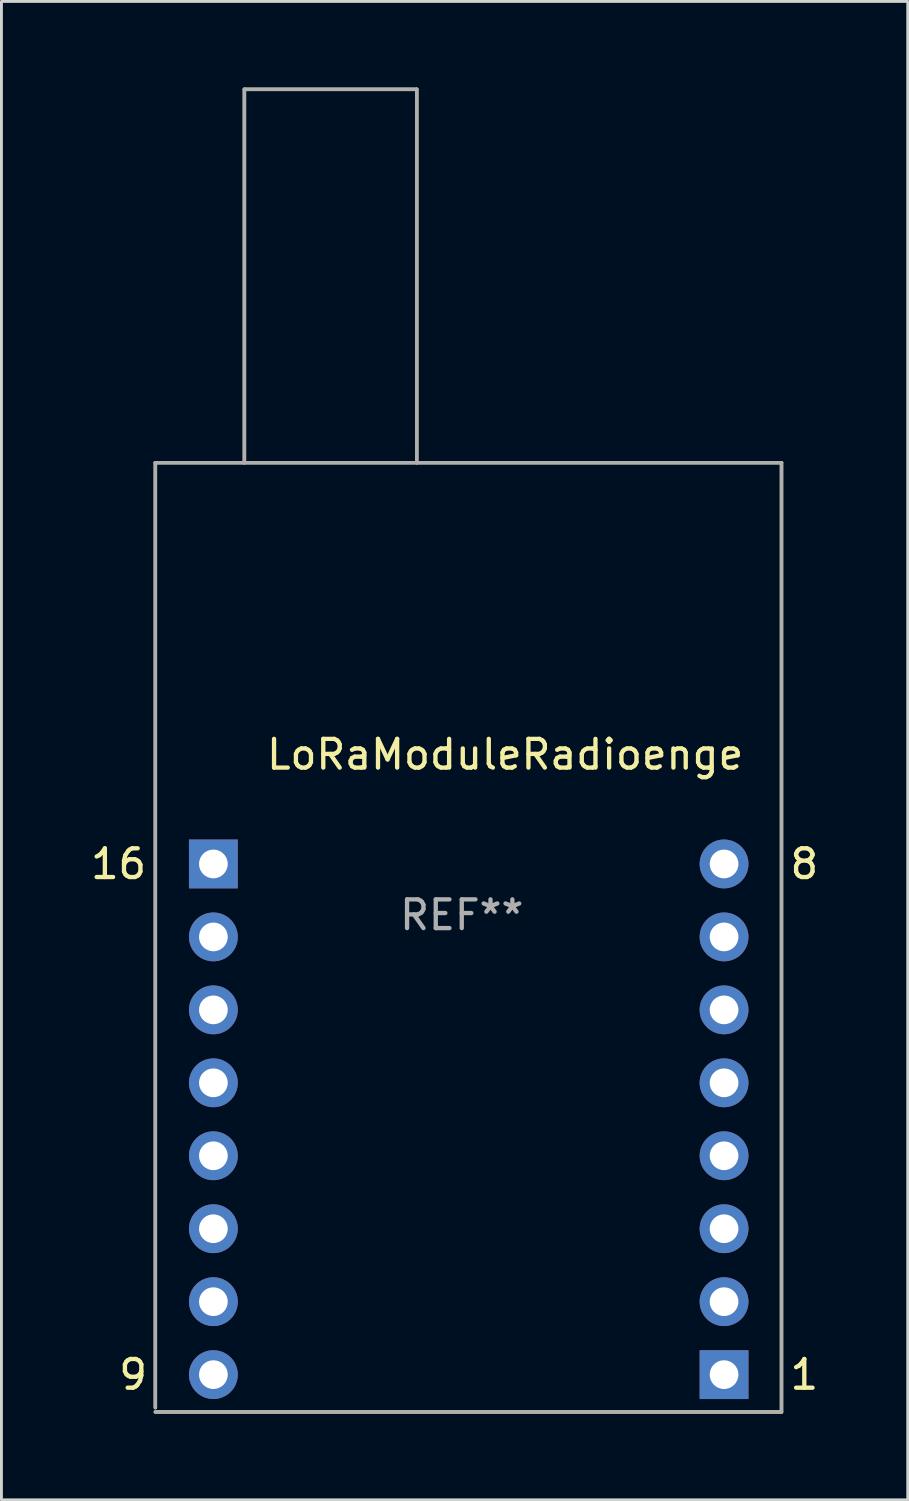
<source format=kicad_pcb>
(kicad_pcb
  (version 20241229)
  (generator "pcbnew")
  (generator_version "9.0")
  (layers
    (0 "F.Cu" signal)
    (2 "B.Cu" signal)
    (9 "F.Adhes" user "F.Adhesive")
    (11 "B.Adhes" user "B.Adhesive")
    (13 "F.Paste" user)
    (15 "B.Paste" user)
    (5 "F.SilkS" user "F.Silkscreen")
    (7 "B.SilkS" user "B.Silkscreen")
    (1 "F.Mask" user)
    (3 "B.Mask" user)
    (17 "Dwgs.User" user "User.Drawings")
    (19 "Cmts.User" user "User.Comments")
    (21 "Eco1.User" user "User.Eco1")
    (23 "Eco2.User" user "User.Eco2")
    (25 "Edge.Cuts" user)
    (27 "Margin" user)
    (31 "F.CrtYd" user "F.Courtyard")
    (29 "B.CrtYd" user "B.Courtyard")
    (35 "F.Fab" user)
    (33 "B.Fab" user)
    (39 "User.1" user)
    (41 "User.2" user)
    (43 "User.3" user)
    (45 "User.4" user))
  (footprint "LoRaModuleRadioenge"
    (layer "F.Cu")
    (at 22.159 44.81)
    (property "Reference" "LoRaModuleRadioenge" (at -7.62 -21.59 0) (layer "F.SilkS") (effects (font (size 1 1) (thickness 0.15))))
    (attr through_hole)
    (fp_line (start -19.8 -31.75) (end 2 -31.75) (stroke (width 0.12) (type solid)) (layer "F.SilkS"))
    (fp_line (start -19.8 1.15) (end -19.8 -31.75) (stroke (width 0.12) (type solid)) (layer "F.SilkS"))
    (fp_line (start -16.7 -44.75) (end -10.7 -44.75) (stroke (width 0.12) (type solid)) (layer "F.SilkS"))
    (fp_line (start -16.7 -31.75) (end -16.7 -44.75) (stroke (width 0.12) (type solid)) (layer "F.SilkS"))
    (fp_line (start -10.7 -31.75) (end -10.7 -44.75) (stroke (width 0.12) (type solid)) (layer "F.SilkS"))
    (fp_line (start 2 -31.75) (end 2 1.3) (stroke (width 0.12) (type solid)) (layer "F.SilkS"))
    (fp_line (start 2 1.3) (end -19.8 1.3) (stroke (width 0.12) (type solid)) (layer "F.SilkS"))
    (fp_line (start -19.8 -31.75) (end 2 -31.75) (stroke (width 0.12) (type solid)) (layer "F.Fab"))
    (fp_line (start -19.8 1.15) (end -19.8 -31.75) (stroke (width 0.12) (type solid)) (layer "F.Fab"))
    (fp_line (start -16.7 -44.75) (end -10.7 -44.75) (stroke (width 0.12) (type solid)) (layer "F.Fab"))
    (fp_line (start -16.7 -31.75) (end -16.7 -44.75) (stroke (width 0.12) (type solid)) (layer "F.Fab"))
    (fp_line (start -10.7 -31.75) (end -10.7 -44.75) (stroke (width 0.12) (type solid)) (layer "F.Fab"))
    (fp_line (start 2 -31.75) (end 2 1.3) (stroke (width 0.12) (type solid)) (layer "F.Fab"))
    (fp_line (start 2 1.3) (end -19.8 1.3) (stroke (width 0.12) (type solid)) (layer "F.Fab"))
    (fp_text user "16" (at -21.082 -17.78 0) (unlocked yes) (layer "F.SilkS") (effects (font (size 1 1) (thickness 0.15))))
    (fp_text user "1" (at 2.794 0 0) (unlocked yes) (layer "F.SilkS") (effects (font (size 1 1) (thickness 0.15))))
    (fp_text user "8" (at 2.794 -17.78 0) (unlocked yes) (layer "F.SilkS") (effects (font (size 1 1) (thickness 0.15))))
    (fp_text user "9" (at -20.574 0 0) (unlocked yes) (layer "F.SilkS") (effects (font (size 1 1) (thickness 0.15))))
    (fp_text user "LabSC" (at -12.319 -18.796 90) (unlocked yes) (layer "Dwgs.User") (effects (font (size 0.001 0.001) (thickness 0.15))))
    (fp_text user "REF**" (at -9.132 -16.002 180) (layer "F.Fab") (effects (font (size 1 1) (thickness 0.15))))
    (pad "1" thru_hole rect (at 0 0) (size 1.7 1.7) (drill 1) (layers "*.Cu" "*.Mask"))
    (pad "2" thru_hole circle (at 0 -2.54) (size 1.7 1.7) (drill 1) (layers "*.Cu" "*.Mask"))
    (pad "3" thru_hole circle (at 0 -5.08) (size 1.7 1.7) (drill 1) (layers "*.Cu" "*.Mask"))
    (pad "4" thru_hole circle (at 0 -7.62) (size 1.7 1.7) (drill 1) (layers "*.Cu" "*.Mask"))
    (pad "5" thru_hole circle (at 0 -10.16) (size 1.7 1.7) (drill 1) (layers "*.Cu" "*.Mask"))
    (pad "6" thru_hole circle (at 0 -12.7) (size 1.7 1.7) (drill 1) (layers "*.Cu" "*.Mask"))
    (pad "7" thru_hole circle (at 0 -15.24) (size 1.7 1.7) (drill 1) (layers "*.Cu" "*.Mask"))
    (pad "8" thru_hole circle (at 0 -17.78) (size 1.7 1.7) (drill 1) (layers "*.Cu" "*.Mask"))
    (pad "9" thru_hole circle (at -17.78 0) (size 1.7 1.7) (drill 1) (layers "*.Cu" "*.Mask"))
    (pad "10" thru_hole circle (at -17.78 -2.54) (size 1.7 1.7) (drill 1) (layers "*.Cu" "*.Mask"))
    (pad "11" thru_hole circle (at -17.78 -5.08) (size 1.7 1.7) (drill 1) (layers "*.Cu" "*.Mask"))
    (pad "12" thru_hole circle (at -17.78 -7.62) (size 1.7 1.7) (drill 1) (layers "*.Cu" "*.Mask"))
    (pad "13" thru_hole circle (at -17.78 -10.16) (size 1.7 1.7) (drill 1) (layers "*.Cu" "*.Mask"))
    (pad "14" thru_hole circle (at -17.78 -12.7) (size 1.7 1.7) (drill 1) (layers "*.Cu" "*.Mask"))
    (pad "15" thru_hole circle (at -17.78 -15.24) (size 1.7 1.7) (drill 1) (layers "*.Cu" "*.Mask"))
    (pad "16" thru_hole rect (at -17.78 -17.78) (size 1.7 1.7) (drill 1) (layers "*.Cu" "*.Mask")))
  (gr_rect
    (start -3 -3)
    (end 28.555 49.17)
    (stroke (width 0.1) (type default))
    (fill no)
    (layer "Edge.Cuts")))
</source>
